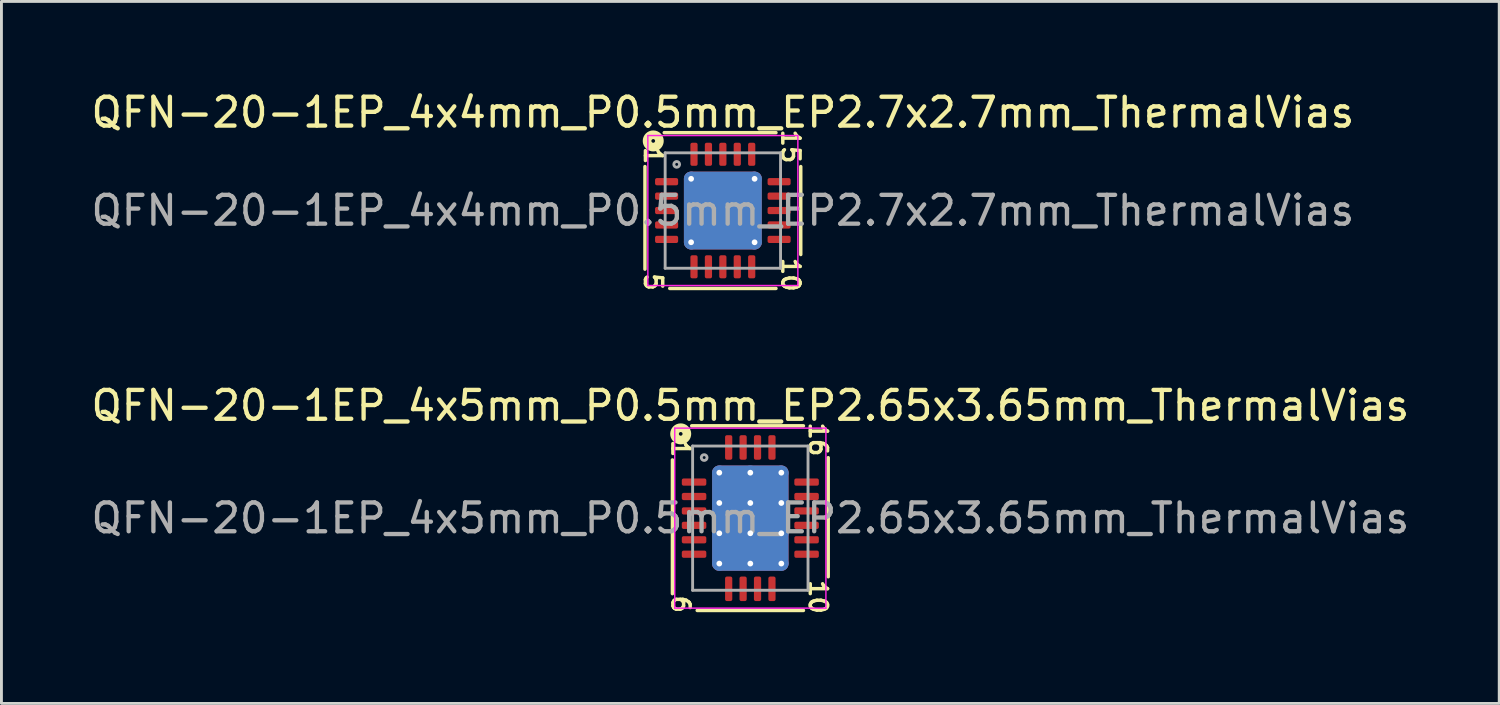
<source format=kicad_pcb>
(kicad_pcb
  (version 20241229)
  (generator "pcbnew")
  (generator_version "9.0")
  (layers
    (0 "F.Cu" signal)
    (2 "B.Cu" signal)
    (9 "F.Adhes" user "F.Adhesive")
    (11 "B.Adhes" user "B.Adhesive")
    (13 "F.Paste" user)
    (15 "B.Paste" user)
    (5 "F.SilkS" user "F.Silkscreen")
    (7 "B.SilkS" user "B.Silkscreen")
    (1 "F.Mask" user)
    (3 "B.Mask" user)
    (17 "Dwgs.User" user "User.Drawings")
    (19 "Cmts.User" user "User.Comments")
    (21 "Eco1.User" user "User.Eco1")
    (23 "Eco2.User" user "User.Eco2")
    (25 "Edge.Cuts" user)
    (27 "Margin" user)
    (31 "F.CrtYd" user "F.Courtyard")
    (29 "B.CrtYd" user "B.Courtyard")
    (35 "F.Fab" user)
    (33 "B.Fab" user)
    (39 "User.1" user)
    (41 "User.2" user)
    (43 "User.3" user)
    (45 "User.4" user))
  (footprint "QFN-20-1EP_4x5mm_P0.5mm_EP2.65x3.65mm_ThermalVias"
    (layer "F.Cu")
    (at 22.958 14.91)
    (property "Reference" "QFN-20-1EP_4x5mm_P0.5mm_EP2.65x3.65mm_ThermalVias" (at 0 -3.9 0) (layer "F.SilkS") (effects (font (size 1 1) (thickness 0.15))))
    (attr smd)
    (fp_line (start -2.7 -2.018) (end -2.7 2.618) (stroke (width 0.12) (type solid)) (layer "F.SilkS"))
    (fp_line (start -1.841 3.2) (end 1.841 3.2) (stroke (width 0.12) (type solid)) (layer "F.SilkS"))
    (fp_line (start 1.841 -3.2) (end -2.032 -3.2) (stroke (width 0.12) (type solid)) (layer "F.SilkS"))
    (fp_line (start 2.7 2.032) (end 2.7 -2.095) (stroke (width 0.12) (type solid)) (layer "F.SilkS"))
    (fp_circle (center -2.413 -2.921) (end -2.349 -2.921) (stroke (width 0.3) (type solid)) (fill no) (layer "F.SilkS"))
    (fp_line (start -2.62 -3.12) (end -2.62 3.12) (stroke (width 0.05) (type solid)) (layer "F.CrtYd"))
    (fp_line (start -2.62 3.12) (end 2.62 3.12) (stroke (width 0.05) (type solid)) (layer "F.CrtYd"))
    (fp_line (start 2.62 -3.12) (end -2.62 -3.12) (stroke (width 0.05) (type solid)) (layer "F.CrtYd"))
    (fp_line (start 2.62 3.12) (end 2.62 -3.12) (stroke (width 0.05) (type solid)) (layer "F.CrtYd"))
    (fp_line (start -2 -2.5) (end 2 -2.5) (stroke (width 0.1) (type solid)) (layer "F.Fab"))
    (fp_line (start -2 2.5) (end -2 -2.5) (stroke (width 0.1) (type solid)) (layer "F.Fab"))
    (fp_line (start 2 -2.5) (end 2 2.5) (stroke (width 0.1) (type solid)) (layer "F.Fab"))
    (fp_line (start 2 2.5) (end -2 2.5) (stroke (width 0.1) (type solid)) (layer "F.Fab"))
    (fp_circle (center -1.6 -2.1) (end -1.5 -2.1) (stroke (width 0.1) (type solid)) (fill no) (layer "F.Fab"))
    (fp_text user "6" (at -2.413 2.985 270) (unlocked yes) (layer "F.SilkS") (effects (font (size 0.6 0.6) (thickness 0.12))))
    (fp_text user "16" (at 2.349 -2.731 270) (unlocked yes) (layer "F.SilkS") (effects (font (size 0.6 0.6) (thickness 0.12))))
    (fp_text user "1" (at -2.413 -2.413 270) (unlocked yes) (layer "F.SilkS") (effects (font (size 0.6 0.6) (thickness 0.12))))
    (fp_text user "10" (at 2.349 2.731 270) (unlocked yes) (layer "F.SilkS") (effects (font (size 0.6 0.6) (thickness 0.12))))
    (fp_text user "${REFERENCE}" (at 0 0 0) (layer "F.Fab") (effects (font (size 1 1) (thickness 0.15))))
    (pad "" smd custom (at -0.537 -1.05) (size 0.787 0.787) (layers "F.Paste") (options (anchor circle)) (primitives (gr_poly (pts (xy 0.376 -0.241) (xy 0.376 0.241) (xy 0.281 0.336) (xy -0.281 0.336) (xy -0.376 0.241) (xy -0.376 -0.241) (xy -0.281 -0.336) (xy 0.281 -0.336)) (width 0.23) (fill yes))))
    (pad "" smd custom (at -0.537 0) (size 0.787 0.787) (layers "F.Paste") (options (anchor circle)) (primitives (gr_poly (pts (xy 0.376 -0.241) (xy 0.376 0.241) (xy 0.281 0.336) (xy -0.281 0.336) (xy -0.376 0.241) (xy -0.376 -0.241) (xy -0.281 -0.336) (xy 0.281 -0.336)) (width 0.23) (fill yes))))
    (pad "" smd custom (at -0.537 1.05) (size 0.787 0.787) (layers "F.Paste") (options (anchor circle)) (primitives (gr_poly (pts (xy 0.376 -0.241) (xy 0.376 0.241) (xy 0.281 0.336) (xy -0.281 0.336) (xy -0.376 0.241) (xy -0.376 -0.241) (xy -0.281 -0.336) (xy 0.281 -0.336)) (width 0.23) (fill yes))))
    (pad "" smd custom (at 0.537 -1.05) (size 0.787 0.787) (layers "F.Paste") (options (anchor circle)) (primitives (gr_poly (pts (xy 0.376 -0.241) (xy 0.376 0.241) (xy 0.281 0.336) (xy -0.281 0.336) (xy -0.376 0.241) (xy -0.376 -0.241) (xy -0.281 -0.336) (xy 0.281 -0.336)) (width 0.23) (fill yes))))
    (pad "" smd custom (at 0.537 0) (size 0.787 0.787) (layers "F.Paste") (options (anchor circle)) (primitives (gr_poly (pts (xy 0.376 -0.241) (xy 0.376 0.241) (xy 0.281 0.336) (xy -0.281 0.336) (xy -0.376 0.241) (xy -0.376 -0.241) (xy -0.281 -0.336) (xy 0.281 -0.336)) (width 0.23) (fill yes))))
    (pad "" smd custom (at 0.537 1.05) (size 0.787 0.787) (layers "F.Paste") (options (anchor circle)) (primitives (gr_poly (pts (xy 0.376 -0.241) (xy 0.376 0.241) (xy 0.281 0.336) (xy -0.281 0.336) (xy -0.376 0.241) (xy -0.376 -0.241) (xy -0.281 -0.336) (xy 0.281 -0.336)) (width 0.23) (fill yes))))
    (pad "1" smd roundrect (at -1.95 -1.25) (size 0.85 0.25) (layers "F.Cu" "F.Mask" "F.Paste") (roundrect_rratio 0.25))
    (pad "2" smd roundrect (at -1.95 -0.75) (size 0.85 0.25) (layers "F.Cu" "F.Mask" "F.Paste") (roundrect_rratio 0.25))
    (pad "3" smd roundrect (at -1.95 -0.25) (size 0.85 0.25) (layers "F.Cu" "F.Mask" "F.Paste") (roundrect_rratio 0.25))
    (pad "4" smd roundrect (at -1.95 0.25) (size 0.85 0.25) (layers "F.Cu" "F.Mask" "F.Paste") (roundrect_rratio 0.25))
    (pad "5" smd roundrect (at -1.95 0.75) (size 0.85 0.25) (layers "F.Cu" "F.Mask" "F.Paste") (roundrect_rratio 0.25))
    (pad "6" smd roundrect (at -1.95 1.25) (size 0.85 0.25) (layers "F.Cu" "F.Mask" "F.Paste") (roundrect_rratio 0.25))
    (pad "7" smd roundrect (at -0.75 2.45) (size 0.25 0.85) (layers "F.Cu" "F.Mask" "F.Paste") (roundrect_rratio 0.25))
    (pad "8" smd roundrect (at -0.25 2.45) (size 0.25 0.85) (layers "F.Cu" "F.Mask" "F.Paste") (roundrect_rratio 0.25))
    (pad "9" smd roundrect (at 0.25 2.45) (size 0.25 0.85) (layers "F.Cu" "F.Mask" "F.Paste") (roundrect_rratio 0.25))
    (pad "10" smd roundrect (at 0.75 2.45) (size 0.25 0.85) (layers "F.Cu" "F.Mask" "F.Paste") (roundrect_rratio 0.25))
    (pad "11" smd roundrect (at 1.95 1.25) (size 0.85 0.25) (layers "F.Cu" "F.Mask" "F.Paste") (roundrect_rratio 0.25))
    (pad "12" smd roundrect (at 1.95 0.75) (size 0.85 0.25) (layers "F.Cu" "F.Mask" "F.Paste") (roundrect_rratio 0.25))
    (pad "13" smd roundrect (at 1.95 0.25) (size 0.85 0.25) (layers "F.Cu" "F.Mask" "F.Paste") (roundrect_rratio 0.25))
    (pad "14" smd roundrect (at 1.95 -0.25) (size 0.85 0.25) (layers "F.Cu" "F.Mask" "F.Paste") (roundrect_rratio 0.25))
    (pad "15" smd roundrect (at 1.95 -0.75) (size 0.85 0.25) (layers "F.Cu" "F.Mask" "F.Paste") (roundrect_rratio 0.25))
    (pad "16" smd roundrect (at 1.95 -1.25) (size 0.85 0.25) (layers "F.Cu" "F.Mask" "F.Paste") (roundrect_rratio 0.25))
    (pad "17" smd roundrect (at 0.75 -2.45) (size 0.25 0.85) (layers "F.Cu" "F.Mask" "F.Paste") (roundrect_rratio 0.25))
    (pad "18" smd roundrect (at 0.25 -2.45) (size 0.25 0.85) (layers "F.Cu" "F.Mask" "F.Paste") (roundrect_rratio 0.25))
    (pad "19" smd roundrect (at -0.25 -2.45) (size 0.25 0.85) (layers "F.Cu" "F.Mask" "F.Paste") (roundrect_rratio 0.25))
    (pad "20" smd roundrect (at -0.75 -2.45) (size 0.25 0.85) (layers "F.Cu" "F.Mask" "F.Paste") (roundrect_rratio 0.25))
    (pad "21" thru_hole circle (at -1.075 -1.575) (size 0.5 0.5) (drill 0.2) (property pad_prop_heatsink) (layers "*.Cu"))
    (pad "21" thru_hole circle (at -1.075 -0.525) (size 0.5 0.5) (drill 0.2) (property pad_prop_heatsink) (layers "*.Cu"))
    (pad "21" thru_hole circle (at -1.075 0.525) (size 0.5 0.5) (drill 0.2) (property pad_prop_heatsink) (layers "*.Cu"))
    (pad "21" thru_hole circle (at -1.075 1.575) (size 0.5 0.5) (drill 0.2) (property pad_prop_heatsink) (layers "*.Cu"))
    (pad "21" thru_hole circle (at 0 -1.575) (size 0.5 0.5) (drill 0.2) (property pad_prop_heatsink) (layers "*.Cu"))
    (pad "21" thru_hole circle (at 0 -0.525) (size 0.5 0.5) (drill 0.2) (property pad_prop_heatsink) (layers "*.Cu"))
    (pad "21" smd roundrect (at 0 0) (size 2.65 3.65) (layers "F.Cu" "F.Mask") (roundrect_rratio 0.094))
    (pad "21" smd roundrect (at 0 0) (size 2.65 3.65) (layers "B.Cu" "B.Mask") (roundrect_rratio 0.094))
    (pad "21" thru_hole circle (at 0 0.525) (size 0.5 0.5) (drill 0.2) (property pad_prop_heatsink) (layers "*.Cu"))
    (pad "21" thru_hole circle (at 0 1.575) (size 0.5 0.5) (drill 0.2) (property pad_prop_heatsink) (layers "*.Cu"))
    (pad "21" thru_hole circle (at 1.075 -1.575) (size 0.5 0.5) (drill 0.2) (property pad_prop_heatsink) (layers "*.Cu"))
    (pad "21" thru_hole circle (at 1.075 -0.525) (size 0.5 0.5) (drill 0.2) (property pad_prop_heatsink) (layers "*.Cu"))
    (pad "21" thru_hole circle (at 1.075 0.525) (size 0.5 0.5) (drill 0.2) (property pad_prop_heatsink) (layers "*.Cu"))
    (pad "21" thru_hole circle (at 1.075 1.575) (size 0.5 0.5) (drill 0.2) (property pad_prop_heatsink) (layers "*.Cu")))
  (footprint "QFN-20-1EP_4x4mm_P0.5mm_EP2.7x2.7mm_ThermalVias"
    (layer "F.Cu")
    (at 22.006 4.248)
    (property "Reference" "QFN-20-1EP_4x4mm_P0.5mm_EP2.7x2.7mm_ThermalVias" (at 0 -3.4 0) (layer "F.SilkS") (effects (font (size 1 1) (thickness 0.15))))
    (attr smd)
    (fp_line (start -2.7 -1.524) (end -2.7 2.032) (stroke (width 0.12) (type solid)) (layer "F.SilkS"))
    (fp_line (start -1.841 2.7) (end 1.841 2.7) (stroke (width 0.12) (type solid)) (layer "F.SilkS"))
    (fp_line (start 1.841 -2.7) (end -2.032 -2.7) (stroke (width 0.12) (type solid)) (layer "F.SilkS"))
    (fp_line (start 2.7 1.524) (end 2.7 -1.524) (stroke (width 0.12) (type solid)) (layer "F.SilkS"))
    (fp_circle (center -2.413 -2.413) (end -2.349 -2.413) (stroke (width 0.3) (type solid)) (fill no) (layer "F.SilkS"))
    (fp_line (start -2.6 -2.6) (end -2.6 2.6) (stroke (width 0.05) (type solid)) (layer "F.CrtYd"))
    (fp_line (start -2.6 2.6) (end 2.6 2.6) (stroke (width 0.05) (type solid)) (layer "F.CrtYd"))
    (fp_line (start 2.6 -2.6) (end -2.6 -2.6) (stroke (width 0.05) (type solid)) (layer "F.CrtYd"))
    (fp_line (start 2.6 2.6) (end 2.6 -2.6) (stroke (width 0.05) (type solid)) (layer "F.CrtYd"))
    (fp_line (start -2 -2) (end 2 -2) (stroke (width 0.1) (type solid)) (layer "F.Fab"))
    (fp_line (start -2 2) (end -2 -2) (stroke (width 0.1) (type solid)) (layer "F.Fab"))
    (fp_line (start 2 -2) (end 2 2) (stroke (width 0.1) (type solid)) (layer "F.Fab"))
    (fp_line (start 2 2) (end -2 2) (stroke (width 0.1) (type solid)) (layer "F.Fab"))
    (fp_circle (center -1.6 -1.6) (end -1.5 -1.6) (stroke (width 0.1) (type solid)) (fill no) (layer "F.Fab"))
    (fp_text user "10" (at 2.349 2.223 270) (unlocked yes) (layer "F.SilkS") (effects (font (size 0.6 0.6) (thickness 0.12))))
    (fp_text user "1" (at -2.413 -1.905 270) (unlocked yes) (layer "F.SilkS") (effects (font (size 0.6 0.6) (thickness 0.12))))
    (fp_text user "5" (at -2.413 2.477 270) (unlocked yes) (layer "F.SilkS") (effects (font (size 0.6 0.6) (thickness 0.12))))
    (fp_text user "15" (at 2.349 -2.223 270) (unlocked yes) (layer "F.SilkS") (effects (font (size 0.6 0.6) (thickness 0.12))))
    (fp_text user "${REFERENCE}" (at 0 0 0) (layer "F.Fab") (effects (font (size 1 1) (thickness 0.15))))
    (pad "" smd roundrect (at -0.675 -0.675) (size 1.17 1.17) (layers "F.Paste") (roundrect_rratio 0.214))
    (pad "" smd roundrect (at -0.675 0.675) (size 1.17 1.17) (layers "F.Paste") (roundrect_rratio 0.214))
    (pad "" smd roundrect (at 0.675 -0.675) (size 1.17 1.17) (layers "F.Paste") (roundrect_rratio 0.214))
    (pad "" smd roundrect (at 0.675 0.675) (size 1.17 1.17) (layers "F.Paste") (roundrect_rratio 0.214))
    (pad "1" smd roundrect (at -1.95 -1) (size 0.8 0.25) (layers "F.Cu" "F.Mask" "F.Paste") (roundrect_rratio 0.25))
    (pad "2" smd roundrect (at -1.95 -0.5) (size 0.8 0.25) (layers "F.Cu" "F.Mask" "F.Paste") (roundrect_rratio 0.25))
    (pad "3" smd roundrect (at -1.95 0) (size 0.8 0.25) (layers "F.Cu" "F.Mask" "F.Paste") (roundrect_rratio 0.25))
    (pad "4" smd roundrect (at -1.95 0.5) (size 0.8 0.25) (layers "F.Cu" "F.Mask" "F.Paste") (roundrect_rratio 0.25))
    (pad "5" smd roundrect (at -1.95 1) (size 0.8 0.25) (layers "F.Cu" "F.Mask" "F.Paste") (roundrect_rratio 0.25))
    (pad "6" smd roundrect (at -1 1.95) (size 0.25 0.8) (layers "F.Cu" "F.Mask" "F.Paste") (roundrect_rratio 0.25))
    (pad "7" smd roundrect (at -0.5 1.95) (size 0.25 0.8) (layers "F.Cu" "F.Mask" "F.Paste") (roundrect_rratio 0.25))
    (pad "8" smd roundrect (at 0 1.95) (size 0.25 0.8) (layers "F.Cu" "F.Mask" "F.Paste") (roundrect_rratio 0.25))
    (pad "9" smd roundrect (at 0.5 1.95) (size 0.25 0.8) (layers "F.Cu" "F.Mask" "F.Paste") (roundrect_rratio 0.25))
    (pad "10" smd roundrect (at 1 1.95) (size 0.25 0.8) (layers "F.Cu" "F.Mask" "F.Paste") (roundrect_rratio 0.25))
    (pad "11" smd roundrect (at 1.95 1) (size 0.8 0.25) (layers "F.Cu" "F.Mask" "F.Paste") (roundrect_rratio 0.25))
    (pad "12" smd roundrect (at 1.95 0.5) (size 0.8 0.25) (layers "F.Cu" "F.Mask" "F.Paste") (roundrect_rratio 0.25))
    (pad "13" smd roundrect (at 1.95 0) (size 0.8 0.25) (layers "F.Cu" "F.Mask" "F.Paste") (roundrect_rratio 0.25))
    (pad "14" smd roundrect (at 1.95 -0.5) (size 0.8 0.25) (layers "F.Cu" "F.Mask" "F.Paste") (roundrect_rratio 0.25))
    (pad "15" smd roundrect (at 1.95 -1) (size 0.8 0.25) (layers "F.Cu" "F.Mask" "F.Paste") (roundrect_rratio 0.25))
    (pad "16" smd roundrect (at 1 -1.95) (size 0.25 0.8) (layers "F.Cu" "F.Mask" "F.Paste") (roundrect_rratio 0.25))
    (pad "17" smd roundrect (at 0.5 -1.95) (size 0.25 0.8) (layers "F.Cu" "F.Mask" "F.Paste") (roundrect_rratio 0.25))
    (pad "18" smd roundrect (at 0 -1.95) (size 0.25 0.8) (layers "F.Cu" "F.Mask" "F.Paste") (roundrect_rratio 0.25))
    (pad "19" smd roundrect (at -0.5 -1.95) (size 0.25 0.8) (layers "F.Cu" "F.Mask" "F.Paste") (roundrect_rratio 0.25))
    (pad "20" smd roundrect (at -1 -1.95) (size 0.25 0.8) (layers "F.Cu" "F.Mask" "F.Paste") (roundrect_rratio 0.25))
    (pad "21" thru_hole circle (at -1.1 -1.1) (size 0.5 0.5) (drill 0.2) (property pad_prop_heatsink) (layers "*.Cu"))
    (pad "21" thru_hole circle (at -1.1 1.1) (size 0.5 0.5) (drill 0.2) (property pad_prop_heatsink) (layers "*.Cu"))
    (pad "21" smd roundrect (at 0 0) (size 2.7 2.7) (layers "F.Cu" "F.Mask") (roundrect_rratio 0.093))
    (pad "21" smd roundrect (at 0 0) (size 2.7 2.7) (layers "B.Cu" "B.Mask") (roundrect_rratio 0.093))
    (pad "21" thru_hole circle (at 1.1 -1.1) (size 0.5 0.5) (drill 0.2) (property pad_prop_heatsink) (layers "*.Cu"))
    (pad "21" thru_hole circle (at 1.1 1.1) (size 0.5 0.5) (drill 0.2) (property pad_prop_heatsink) (layers "*.Cu")))
  (gr_rect
    (start -3 -3)
    (end 48.917 21.332)
    (stroke (width 0.1) (type default))
    (fill no)
    (layer "Edge.Cuts")))
</source>
